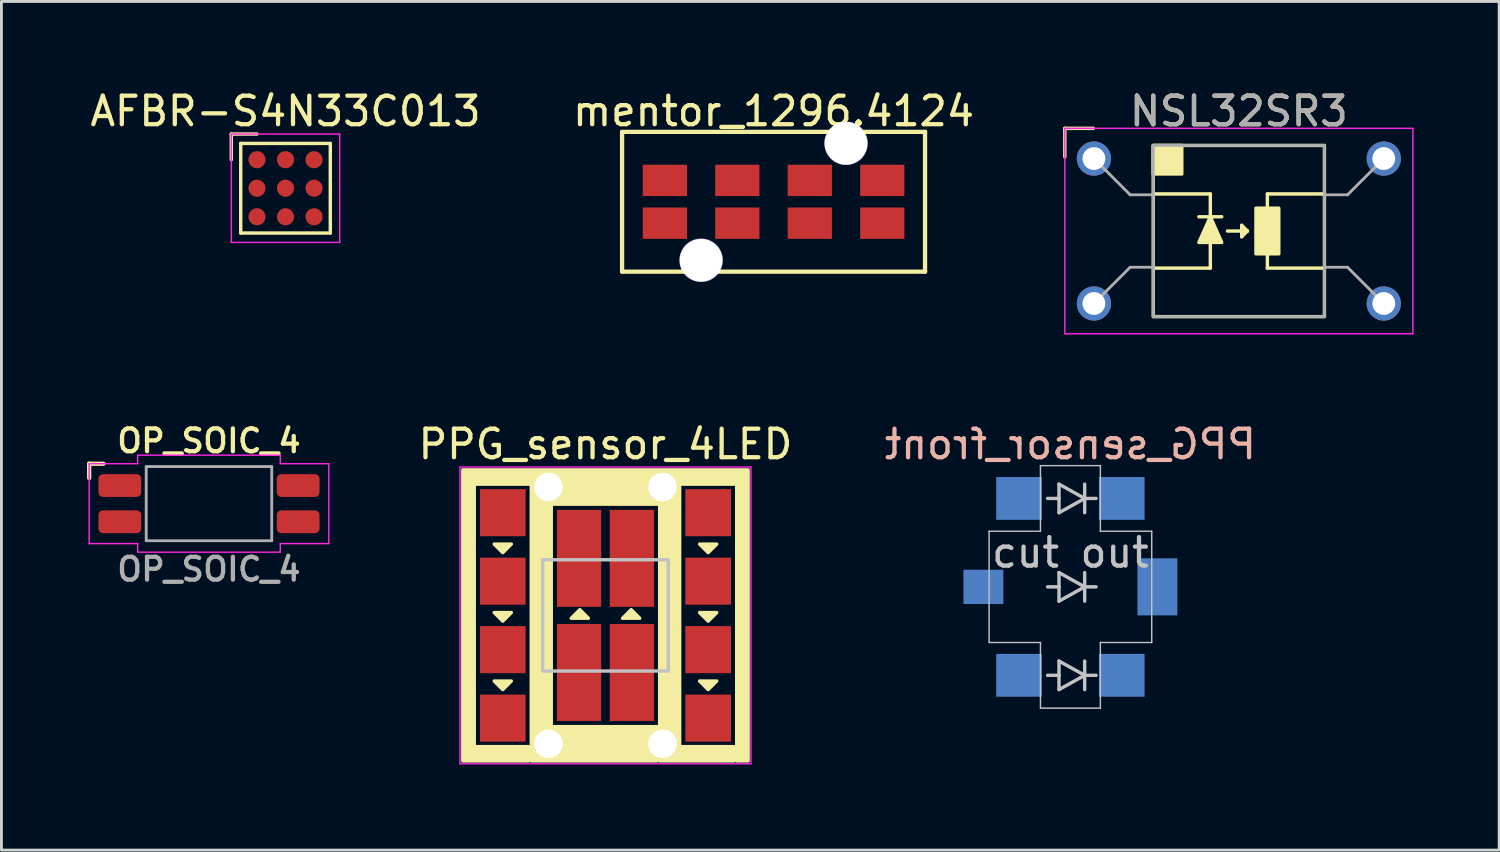
<source format=kicad_pcb>
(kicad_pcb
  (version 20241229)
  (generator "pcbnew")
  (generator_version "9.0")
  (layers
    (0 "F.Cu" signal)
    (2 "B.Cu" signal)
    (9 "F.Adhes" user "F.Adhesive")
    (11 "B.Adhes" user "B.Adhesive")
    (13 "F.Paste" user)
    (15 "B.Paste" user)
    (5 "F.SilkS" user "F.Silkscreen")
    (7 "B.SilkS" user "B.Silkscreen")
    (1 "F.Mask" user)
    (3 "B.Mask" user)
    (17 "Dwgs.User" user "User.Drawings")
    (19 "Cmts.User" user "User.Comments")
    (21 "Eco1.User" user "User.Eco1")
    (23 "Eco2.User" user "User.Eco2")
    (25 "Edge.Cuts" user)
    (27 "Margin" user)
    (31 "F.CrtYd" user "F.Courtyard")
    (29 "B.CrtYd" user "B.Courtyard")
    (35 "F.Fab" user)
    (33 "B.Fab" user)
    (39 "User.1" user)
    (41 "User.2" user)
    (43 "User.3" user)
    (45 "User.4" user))
  (footprint "OP_SOIC_4"
    (layer "F.Cu")
    (at 4.275 14.604)
    (property "Reference" "OP_SOIC_4" (at 0 -2.2 0) (unlocked yes) (layer "F.SilkS") (effects (font (size 0.8 0.8) (thickness 0.15))))
    (attr smd)
    (fp_line (start -4.2 -1.4) (end -4.2 -0.9) (stroke (width 0.15) (type default)) (layer "F.SilkS"))
    (fp_line (start -4.2 -1.4) (end -3.7 -1.4) (stroke (width 0.15) (type default)) (layer "F.SilkS"))
    (fp_line (start -4.2 -1.4) (end -4.2 1.4) (stroke (width 0.05) (type default)) (layer "F.CrtYd"))
    (fp_line (start -4.2 1.4) (end -2.5 1.4) (stroke (width 0.05) (type default)) (layer "F.CrtYd"))
    (fp_line (start -2.5 -1.7) (end -2.5 -1.4) (stroke (width 0.05) (type default)) (layer "F.CrtYd"))
    (fp_line (start -2.5 -1.4) (end -4.2 -1.4) (stroke (width 0.05) (type default)) (layer "F.CrtYd"))
    (fp_line (start -2.5 1.4) (end -2.5 1.7) (stroke (width 0.05) (type default)) (layer "F.CrtYd"))
    (fp_line (start -2.5 1.7) (end 2.5 1.7) (stroke (width 0.05) (type default)) (layer "F.CrtYd"))
    (fp_line (start 2.5 -1.7) (end -2.5 -1.7) (stroke (width 0.05) (type default)) (layer "F.CrtYd"))
    (fp_line (start 2.5 -1.4) (end 2.5 -1.7) (stroke (width 0.05) (type default)) (layer "F.CrtYd"))
    (fp_line (start 2.5 1.4) (end 4.2 1.4) (stroke (width 0.05) (type default)) (layer "F.CrtYd"))
    (fp_line (start 2.5 1.7) (end 2.5 1.4) (stroke (width 0.05) (type default)) (layer "F.CrtYd"))
    (fp_line (start 4.2 -1.4) (end 2.5 -1.4) (stroke (width 0.05) (type default)) (layer "F.CrtYd"))
    (fp_line (start 4.2 1.4) (end 4.2 -1.4) (stroke (width 0.05) (type default)) (layer "F.CrtYd"))
    (fp_line (start -2.2 -1.3) (end 2.2 -1.3) (stroke (width 0.1) (type default)) (layer "F.Fab"))
    (fp_line (start -2.2 1.3) (end -2.2 -1.3) (stroke (width 0.1) (type default)) (layer "F.Fab"))
    (fp_line (start -2.2 1.3) (end 2.2 1.3) (stroke (width 0.1) (type default)) (layer "F.Fab"))
    (fp_line (start 2.2 1.3) (end 2.2 -1.3) (stroke (width 0.1) (type default)) (layer "F.Fab"))
    (fp_text user "${REFERENCE}" (at 0 2.3 0) (unlocked yes) (layer "F.Fab") (effects (font (size 0.8 0.8) (thickness 0.15))))
    (pad "1" smd roundrect (at -3.125 -0.635) (size 1.5 0.8) (layers "F.Cu" "F.Mask" "F.Paste") (roundrect_rratio 0.2))
    (pad "2" smd roundrect (at -3.125 0.635) (size 1.5 0.8) (layers "F.Cu" "F.Mask" "F.Paste") (roundrect_rratio 0.2))
    (pad "3" smd roundrect (at 3.125 -0.635) (size 1.5 0.8) (layers "F.Cu" "F.Mask" "F.Paste") (roundrect_rratio 0.2))
    (pad "4" smd roundrect (at 3.125 0.635) (size 1.5 0.8) (layers "F.Cu" "F.Mask" "F.Paste") (roundrect_rratio 0.2)))
  (footprint "NSL32SR3"
    (layer "F.Cu")
    (at 40.374 5.048)
    (property "Reference" "NSL32SR3" (at 0 -4.2 0) (unlocked yes) (layer "F.SilkS") (effects (font (size 1 1) (thickness 0.15))))
    (attr through_hole)
    (fp_line (start -6.1 -3.6) (end -6.1 -2.6) (stroke (width 0.12) (type solid)) (layer "F.SilkS"))
    (fp_line (start -5.1 -3.6) (end -6.1 -3.6) (stroke (width 0.12) (type solid)) (layer "F.SilkS"))
    (fp_line (start -3 -1.3) (end -1 -1.3) (stroke (width 0.12) (type solid)) (layer "F.SilkS"))
    (fp_line (start -1.4 -0.5) (end -0.6 -0.5) (stroke (width 0.12) (type solid)) (layer "F.SilkS"))
    (fp_line (start -1 -1.3) (end -1 1.3) (stroke (width 0.12) (type solid)) (layer "F.SilkS"))
    (fp_line (start -1 1.3) (end -3 1.3) (stroke (width 0.12) (type solid)) (layer "F.SilkS"))
    (fp_line (start -0.4 0) (end 0.3 0) (stroke (width 0.12) (type solid)) (layer "F.SilkS"))
    (fp_line (start 0.1 -0.2) (end 0.1 0.2) (stroke (width 0.12) (type solid)) (layer "F.SilkS"))
    (fp_line (start 0.1 0.2) (end 0.3 0) (stroke (width 0.12) (type solid)) (layer "F.SilkS"))
    (fp_line (start 0.3 0) (end 0.1 -0.2) (stroke (width 0.12) (type solid)) (layer "F.SilkS"))
    (fp_line (start 1 -1.3) (end 1 1.3) (stroke (width 0.12) (type solid)) (layer "F.SilkS"))
    (fp_line (start 1 1.3) (end 3 1.3) (stroke (width 0.12) (type solid)) (layer "F.SilkS"))
    (fp_line (start 3 -1.3) (end 1 -1.3) (stroke (width 0.12) (type solid)) (layer "F.SilkS"))
    (fp_rect (start -3 -3) (end -2 -2) (stroke (width 0.12) (type solid)) (fill yes) (layer "F.SilkS"))
    (fp_rect (start 0.6 -0.8) (end 1.4 0.8) (stroke (width 0.12) (type solid)) (fill yes) (layer "F.SilkS"))
    (fp_rect (start 3 -3) (end -3 3) (stroke (width 0.12) (type solid)) (fill no) (layer "F.SilkS"))
    (fp_poly (pts (xy -0.6 0.4) (xy -1.4 0.4) (xy -1 -0.5)) (stroke (width 0.12) (type solid)) (fill yes) (layer "F.SilkS"))
    (fp_line (start -6.1 -3.6) (end 6.1 -3.6) (stroke (width 0.05) (type solid)) (layer "F.CrtYd"))
    (fp_line (start -6.1 3.6) (end -6.1 -3.6) (stroke (width 0.05) (type solid)) (layer "F.CrtYd"))
    (fp_line (start 6.1 -3.6) (end 6.1 3.6) (stroke (width 0.05) (type solid)) (layer "F.CrtYd"))
    (fp_line (start 6.1 3.6) (end -6.1 3.6) (stroke (width 0.05) (type solid)) (layer "F.CrtYd"))
    (fp_line (start -3.81 -1.27) (end -5.08 -2.54) (stroke (width 0.1) (type solid)) (layer "F.Fab"))
    (fp_line (start -3.81 1.27) (end -5.08 2.54) (stroke (width 0.1) (type solid)) (layer "F.Fab"))
    (fp_line (start -3 -1.27) (end -3.81 -1.27) (stroke (width 0.1) (type solid)) (layer "F.Fab"))
    (fp_line (start -3 1.27) (end -3.81 1.27) (stroke (width 0.1) (type solid)) (layer "F.Fab"))
    (fp_line (start 3 1.27) (end 3.81 1.27) (stroke (width 0.1) (type solid)) (layer "F.Fab"))
    (fp_line (start 3.81 -1.27) (end 3 -1.27) (stroke (width 0.1) (type solid)) (layer "F.Fab"))
    (fp_line (start 3.81 1.27) (end 5.08 2.54) (stroke (width 0.1) (type solid)) (layer "F.Fab"))
    (fp_line (start 5.08 -2.54) (end 3.81 -1.27) (stroke (width 0.1) (type solid)) (layer "F.Fab"))
    (fp_rect (start -3 -3) (end 3 3) (stroke (width 0.1) (type solid)) (fill no) (layer "F.Fab"))
    (fp_text user "${REFERENCE}" (at 0 -4.2 0) (unlocked yes) (layer "F.Fab") (effects (font (size 1 1) (thickness 0.15))))
    (pad "1" thru_hole circle (at -5.08 -2.54) (size 1.2 1.2) (drill 0.8) (layers "*.Cu" "*.Mask"))
    (pad "2" thru_hole circle (at -5.08 2.54) (size 1.2 1.2) (drill 0.8) (layers "*.Cu" "*.Mask"))
    (pad "3" thru_hole circle (at 5.08 2.54) (size 1.2 1.2) (drill 0.8) (layers "*.Cu" "*.Mask"))
    (pad "4" thru_hole circle (at 5.08 -2.54) (size 1.2 1.2) (drill 0.8) (layers "*.Cu" "*.Mask")))
  (footprint "PPG_sensor_4LED"
    (layer "F.Cu")
    (at 18.173 18.521)
    (property "Reference" "PPG_sensor_4LED" (at 0 -6 0) (unlocked yes) (layer "F.SilkS") (effects (font (size 1 1) (thickness 0.15))))
    (attr smd)
    (fp_poly (pts (xy -3.9 -2.5) (xy -3.3 -2.5) (xy -3.6 -2.2)) (stroke (width 0.12) (type solid)) (fill yes) (layer "F.SilkS"))
    (fp_poly (pts (xy -3.9 -0.1) (xy -3.3 -0.1) (xy -3.6 0.2)) (stroke (width 0.12) (type solid)) (fill yes) (layer "F.SilkS"))
    (fp_poly (pts (xy -3.9 2.3) (xy -3.3 2.3) (xy -3.6 2.6)) (stroke (width 0.12) (type solid)) (fill yes) (layer "F.SilkS"))
    (fp_poly (pts (xy -0.6 0.1) (xy -1.2 0.1) (xy -0.9 -0.2)) (stroke (width 0.12) (type solid)) (fill yes) (layer "F.SilkS"))
    (fp_poly (pts (xy 1.2 0.1) (xy 0.6 0.1) (xy 0.9 -0.2)) (stroke (width 0.12) (type solid)) (fill yes) (layer "F.SilkS"))
    (fp_poly (pts (xy 3.3 -2.5) (xy 3.9 -2.5) (xy 3.6 -2.2)) (stroke (width 0.12) (type solid)) (fill yes) (layer "F.SilkS"))
    (fp_poly (pts (xy 3.3 -0.1) (xy 3.9 -0.1) (xy 3.6 0.2)) (stroke (width 0.12) (type solid)) (fill yes) (layer "F.SilkS"))
    (fp_poly (pts (xy 3.3 2.3) (xy 3.9 2.3) (xy 3.6 2.6)) (stroke (width 0.12) (type solid)) (fill yes) (layer "F.SilkS"))
    (fp_poly (pts (xy 5 5.1) (xy 4.6 5.1) (xy 4.6 -4.6) (xy 2.6 -4.6) (xy 2.6 4.6) (xy 4.5 4.6) (xy 4.5 5.1) (xy 1.9 5.1) (xy 1.9 -3.9) (xy -1.9 -3.9) (xy -1.9 3.9) (xy 1.8 3.9) (xy 1.8 5.1) (xy -2.6 5.1) (xy -2.6 -4.6) (xy -4.6 -4.6) (xy -4.6 4.6) (xy -2.7 4.6) (xy -2.7 5.1) (xy -5 5.1) (xy -5 -5.1) (xy 5 -5.1)) (stroke (width 0.12) (type solid)) (fill yes) (layer "F.SilkS"))
    (fp_rect (start -2.2 -1.95) (end 2.2 1.95) (stroke (width 0.12) (type solid)) (fill no) (layer "Dwgs.User"))
    (fp_line (start -5.1 -5.2) (end 5.1 -5.2) (stroke (width 0.05) (type solid)) (layer "F.CrtYd"))
    (fp_line (start -5.1 5.2) (end -5.1 -5.2) (stroke (width 0.05) (type solid)) (layer "F.CrtYd"))
    (fp_line (start 5.1 -5.2) (end 5.1 5.2) (stroke (width 0.05) (type solid)) (layer "F.CrtYd"))
    (fp_line (start 5.1 5.2) (end -5.1 5.2) (stroke (width 0.05) (type solid)) (layer "F.CrtYd"))
    (pad "" np_thru_hole circle (at -2 -4.5) (size 1 1) (drill 1) (layers "*.Cu" "*.Mask"))
    (pad "" np_thru_hole circle (at -2 4.5) (size 1 1) (drill 1) (layers "*.Cu" "*.Mask"))
    (pad "" np_thru_hole circle (at 2 -4.5) (size 1 1) (drill 1) (layers "*.Cu" "*.Mask"))
    (pad "" np_thru_hole circle (at 2 4.5) (size 1 1) (drill 1) (layers "*.Cu" "*.Mask"))
    (pad "1" smd rect (at -3.6 -3.6) (size 1.6 1.65) (layers "F.Cu" "F.Mask" "F.Paste"))
    (pad "2" smd rect (at -3.6 -1.2) (size 1.6 1.65) (layers "F.Cu" "F.Mask" "F.Paste"))
    (pad "3" smd rect (at -3.6 1.2) (size 1.6 1.65) (layers "F.Cu" "F.Mask" "F.Paste"))
    (pad "4" smd rect (at -3.6 3.6) (size 1.6 1.65) (layers "F.Cu" "F.Mask" "F.Paste"))
    (pad "5" smd rect (at -0.925 2) (size 1.55 3.4) (layers "F.Cu" "F.Mask" "F.Paste"))
    (pad "6" smd rect (at 0.925 2) (size 1.55 3.4) (layers "F.Cu" "F.Mask" "F.Paste"))
    (pad "7" smd rect (at 3.6 3.6) (size 1.6 1.65) (layers "F.Cu" "F.Mask" "F.Paste"))
    (pad "8" smd rect (at 3.6 1.2) (size 1.6 1.65) (layers "F.Cu" "F.Mask" "F.Paste"))
    (pad "9" smd rect (at 3.6 -1.2) (size 1.6 1.65) (layers "F.Cu" "F.Mask" "F.Paste"))
    (pad "10" smd rect (at 3.6 -3.6) (size 1.6 1.65) (layers "F.Cu" "F.Mask" "F.Paste"))
    (pad "11" smd rect (at 0.925 -2) (size 1.55 3.4) (layers "F.Cu" "F.Mask" "F.Paste"))
    (pad "12" smd rect (at -0.925 -2) (size 1.55 3.4) (layers "F.Cu" "F.Mask" "F.Paste")))
  (footprint "AFBR-S4N33C013"
    (layer "F.Cu")
    (at 6.958 3.548)
    (property "Reference" "AFBR-S4N33C013" (at 0 -2.7 0) (unlocked yes) (layer "F.SilkS") (effects (font (size 1 1) (thickness 0.15))))
    (attr smd)
    (fp_line (start -1.9 -1.9) (end -1.9 -1) (stroke (width 0.12) (type solid)) (layer "F.SilkS"))
    (fp_line (start -1.57 -1.57) (end 1.57 -1.57) (stroke (width 0.12) (type solid)) (layer "F.SilkS"))
    (fp_line (start -1.57 1.57) (end -1.57 -1.57) (stroke (width 0.12) (type solid)) (layer "F.SilkS"))
    (fp_line (start -1 -1.9) (end -1.9 -1.9) (stroke (width 0.12) (type solid)) (layer "F.SilkS"))
    (fp_line (start 1.57 -1.57) (end 1.57 1.57) (stroke (width 0.12) (type solid)) (layer "F.SilkS"))
    (fp_line (start 1.57 1.57) (end -1.57 1.57) (stroke (width 0.12) (type solid)) (layer "F.SilkS"))
    (fp_line (start -1.9 -1.9) (end 1.9 -1.9) (stroke (width 0.05) (type solid)) (layer "F.CrtYd"))
    (fp_line (start -1.9 1.9) (end -1.9 -1.9) (stroke (width 0.05) (type solid)) (layer "F.CrtYd"))
    (fp_line (start 1.9 -1.9) (end 1.9 1.9) (stroke (width 0.05) (type solid)) (layer "F.CrtYd"))
    (fp_line (start 1.9 1.9) (end -1.9 1.9) (stroke (width 0.05) (type solid)) (layer "F.CrtYd"))
    (pad "1A" smd circle (at -1 -1) (size 0.6 0.6) (layers "F.Cu" "F.Mask" "F.Paste"))
    (pad "1B" smd circle (at -1 0) (size 0.6 0.6) (layers "F.Cu" "F.Mask" "F.Paste"))
    (pad "1C" smd circle (at -1 1) (size 0.6 0.6) (layers "F.Cu" "F.Mask" "F.Paste"))
    (pad "2A" smd circle (at 0 -1) (size 0.6 0.6) (layers "F.Cu" "F.Mask" "F.Paste"))
    (pad "2B" smd circle (at 0 0) (size 0.6 0.6) (layers "F.Cu" "F.Mask" "F.Paste"))
    (pad "2C" smd circle (at 0 1) (size 0.6 0.6) (layers "F.Cu" "F.Mask" "F.Paste"))
    (pad "3A" smd circle (at 1 -1) (size 0.6 0.6) (layers "F.Cu" "F.Mask" "F.Paste"))
    (pad "3B" smd circle (at 1 0) (size 0.6 0.6) (layers "F.Cu" "F.Mask" "F.Paste"))
    (pad "3C" smd circle (at 1 1) (size 0.6 0.6) (layers "F.Cu" "F.Mask" "F.Paste")))
  (footprint "PPG_sensor_front"
    (layer "F.Cu")
    (at 34.47 17.521)
    (property "Reference" "PPG_sensor_front" (at 0 -5 0) (layer "B.SilkS") (effects (font (size 1 1) (thickness 0.15)) (justify mirror)))
    (attr through_hole)
    (fp_line (start -2.85 -1.95) (end -1.05 -1.95) (stroke (width 0.05) (type solid)) (layer "Dwgs.User"))
    (fp_line (start -2.85 1.95) (end -2.85 -1.95) (stroke (width 0.05) (type solid)) (layer "Dwgs.User"))
    (fp_line (start -1.05 -4.25) (end 1.05 -4.25) (stroke (width 0.05) (type solid)) (layer "Dwgs.User"))
    (fp_line (start -1.05 -1.95) (end -1.05 -4.25) (stroke (width 0.05) (type solid)) (layer "Dwgs.User"))
    (fp_line (start -1.05 1.95) (end -2.85 1.95) (stroke (width 0.05) (type solid)) (layer "Dwgs.User"))
    (fp_line (start -1.05 4.25) (end -1.05 1.95) (stroke (width 0.05) (type solid)) (layer "Dwgs.User"))
    (fp_line (start -0.4 -3.6) (end 0.5 -3.1) (stroke (width 0.12) (type solid)) (layer "Dwgs.User"))
    (fp_line (start -0.4 -3.1) (end -0.8 -3.1) (stroke (width 0.12) (type solid)) (layer "Dwgs.User"))
    (fp_line (start -0.4 -3.1) (end -0.4 -3.6) (stroke (width 0.12) (type solid)) (layer "Dwgs.User"))
    (fp_line (start -0.4 -2.6) (end -0.4 -3.1) (stroke (width 0.12) (type solid)) (layer "Dwgs.User"))
    (fp_line (start -0.4 -0.5) (end 0.5 0) (stroke (width 0.12) (type solid)) (layer "Dwgs.User"))
    (fp_line (start -0.4 0) (end -0.8 0) (stroke (width 0.12) (type solid)) (layer "Dwgs.User"))
    (fp_line (start -0.4 0) (end -0.4 -0.5) (stroke (width 0.12) (type solid)) (layer "Dwgs.User"))
    (fp_line (start -0.4 0.5) (end -0.4 0) (stroke (width 0.12) (type solid)) (layer "Dwgs.User"))
    (fp_line (start -0.4 2.6) (end 0.5 3.1) (stroke (width 0.12) (type solid)) (layer "Dwgs.User"))
    (fp_line (start -0.4 3.1) (end -0.8 3.1) (stroke (width 0.12) (type solid)) (layer "Dwgs.User"))
    (fp_line (start -0.4 3.1) (end -0.4 2.6) (stroke (width 0.12) (type solid)) (layer "Dwgs.User"))
    (fp_line (start -0.4 3.6) (end -0.4 3.1) (stroke (width 0.12) (type solid)) (layer "Dwgs.User"))
    (fp_line (start 0.5 -3.6) (end 0.5 -2.6) (stroke (width 0.12) (type solid)) (layer "Dwgs.User"))
    (fp_line (start 0.5 -3.1) (end -0.4 -2.6) (stroke (width 0.12) (type solid)) (layer "Dwgs.User"))
    (fp_line (start 0.5 -3.1) (end 0.9 -3.1) (stroke (width 0.12) (type solid)) (layer "Dwgs.User"))
    (fp_line (start 0.5 -0.5) (end 0.5 0.5) (stroke (width 0.12) (type solid)) (layer "Dwgs.User"))
    (fp_line (start 0.5 0) (end -0.4 0.5) (stroke (width 0.12) (type solid)) (layer "Dwgs.User"))
    (fp_line (start 0.5 0) (end 0.9 0) (stroke (width 0.12) (type solid)) (layer "Dwgs.User"))
    (fp_line (start 0.5 2.6) (end 0.5 3.6) (stroke (width 0.12) (type solid)) (layer "Dwgs.User"))
    (fp_line (start 0.5 3.1) (end -0.4 3.6) (stroke (width 0.12) (type solid)) (layer "Dwgs.User"))
    (fp_line (start 0.5 3.1) (end 0.9 3.1) (stroke (width 0.12) (type solid)) (layer "Dwgs.User"))
    (fp_line (start 1.05 -4.25) (end 1.05 -1.95) (stroke (width 0.05) (type solid)) (layer "Dwgs.User"))
    (fp_line (start 1.05 -1.95) (end 2.85 -1.95) (stroke (width 0.05) (type solid)) (layer "Dwgs.User"))
    (fp_line (start 1.05 1.95) (end 1.05 4.25) (stroke (width 0.05) (type solid)) (layer "Dwgs.User"))
    (fp_line (start 1.05 4.25) (end -1.05 4.25) (stroke (width 0.05) (type solid)) (layer "Dwgs.User"))
    (fp_line (start 2.85 -1.95) (end 2.85 1.95) (stroke (width 0.05) (type solid)) (layer "Dwgs.User"))
    (fp_line (start 2.85 1.95) (end 1.05 1.95) (stroke (width 0.05) (type solid)) (layer "Dwgs.User"))
    (fp_text user "cut out" (at 0 -1.2 0) (layer "Dwgs.User") (effects (font (size 1 1) (thickness 0.15))))
    (pad "1" smd rect (at -1.8 3.1) (size 1.6 1.5) (layers "B.Cu" "B.Mask" "B.Paste"))
    (pad "2" smd rect (at -3.05 0) (size 1.4 1.2) (layers "B.Cu" "B.Mask" "B.Paste"))
    (pad "3" smd rect (at -1.8 -3.1) (size 1.6 1.5) (layers "B.Cu" "B.Mask" "B.Paste"))
    (pad "4" smd rect (at 1.8 -3.1) (size 1.6 1.5) (layers "B.Cu" "B.Mask" "B.Paste"))
    (pad "5" smd rect (at 3.05 0) (size 1.4 2) (layers "B.Cu" "B.Mask" "B.Paste"))
    (pad "6" smd rect (at 1.8 3.1) (size 1.6 1.5) (layers "B.Cu" "B.Mask" "B.Paste")))
  (footprint "mentor_1296.4124"
    (layer "F.Cu")
    (at 24.065 4.023)
    (property "Reference" "mentor_1296.4124" (at 0 -3.175 0) (layer "F.SilkS") (effects (font (size 1 1) (thickness 0.15))))
    (attr through_hole)
    (fp_line (start -5.31 -2.45) (end 5.31 -2.45) (stroke (width 0.15) (type solid)) (layer "F.SilkS"))
    (fp_line (start -5.31 2.45) (end -5.31 -2.45) (stroke (width 0.15) (type solid)) (layer "F.SilkS"))
    (fp_line (start 5.31 -2.45) (end 5.31 2.45) (stroke (width 0.15) (type solid)) (layer "F.SilkS"))
    (fp_line (start 5.31 2.45) (end -5.31 2.45) (stroke (width 0.15) (type solid)) (layer "F.SilkS"))
    (pad "" np_thru_hole circle (at -2.54 2.05) (size 1.524 1.524) (drill 1.5) (layers "*.Cu" "*.Mask"))
    (pad "" np_thru_hole circle (at 2.54 -2.05) (size 1.524 1.524) (drill 1.5) (layers "*.Cu" "*.Mask"))
    (pad "1" smd rect (at -3.81 -0.75) (size 1.55 1.1) (layers "F.Cu" "F.Mask" "F.Paste"))
    (pad "2" smd rect (at -1.27 -0.75) (size 1.55 1.1) (layers "F.Cu" "F.Mask" "F.Paste"))
    (pad "3" smd rect (at 1.27 -0.75) (size 1.55 1.1) (layers "F.Cu" "F.Mask" "F.Paste"))
    (pad "4" smd rect (at 3.81 -0.75) (size 1.55 1.1) (layers "F.Cu" "F.Mask" "F.Paste"))
    (pad "5" smd rect (at 3.81 0.75) (size 1.55 1.1) (layers "F.Cu" "F.Mask" "F.Paste"))
    (pad "6" smd rect (at 1.27 0.75) (size 1.55 1.1) (layers "F.Cu" "F.Mask" "F.Paste"))
    (pad "7" smd rect (at -1.27 0.75) (size 1.55 1.1) (layers "F.Cu" "F.Mask" "F.Paste"))
    (pad "8" smd rect (at -3.81 0.75) (size 1.55 1.1) (layers "F.Cu" "F.Mask" "F.Paste")))
  (gr_rect
    (start -3 -3)
    (end 49.499 26.747)
    (stroke (width 0.1) (type default))
    (fill no)
    (layer "Edge.Cuts")))
</source>
